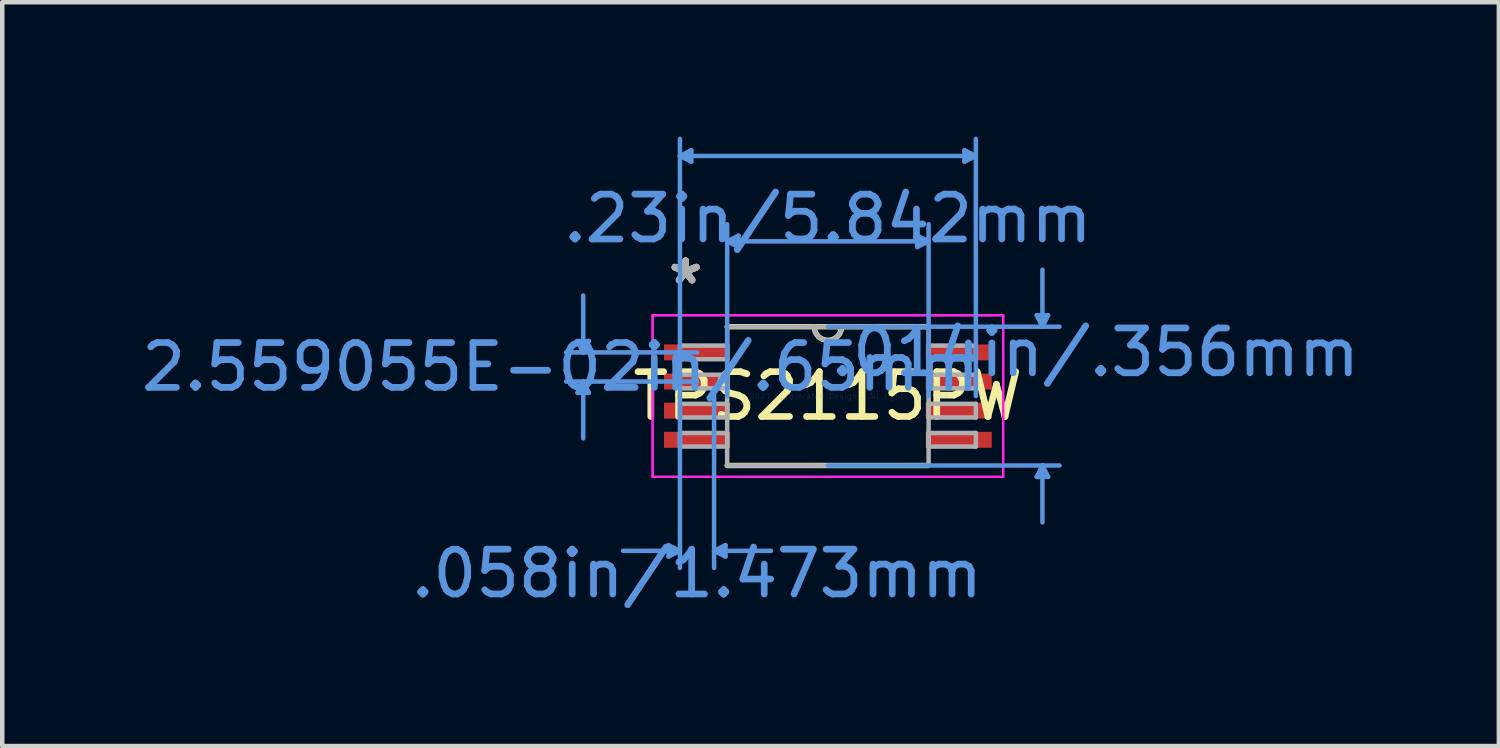
<source format=kicad_pcb>
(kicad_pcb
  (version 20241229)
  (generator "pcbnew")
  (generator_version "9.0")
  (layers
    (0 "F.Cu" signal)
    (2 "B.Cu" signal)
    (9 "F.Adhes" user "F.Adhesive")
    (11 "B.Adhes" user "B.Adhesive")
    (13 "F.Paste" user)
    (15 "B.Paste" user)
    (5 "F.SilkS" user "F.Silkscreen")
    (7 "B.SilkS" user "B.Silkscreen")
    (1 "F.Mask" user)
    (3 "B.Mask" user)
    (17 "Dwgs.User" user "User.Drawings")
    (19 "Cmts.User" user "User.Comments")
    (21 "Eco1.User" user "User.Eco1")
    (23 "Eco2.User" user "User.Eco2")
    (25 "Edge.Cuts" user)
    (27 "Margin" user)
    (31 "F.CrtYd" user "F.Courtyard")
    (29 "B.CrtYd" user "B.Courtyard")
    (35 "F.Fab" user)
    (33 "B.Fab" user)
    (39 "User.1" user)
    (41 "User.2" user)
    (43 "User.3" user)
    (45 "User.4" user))
  (footprint "TPS2115PW"
    (layer "F.Cu")
    (at 15.427 5.79)
    (property "Reference" "TPS2115PW" (at 0 0 0) (layer "F.SilkS") (effects (font (size 1 1) (thickness 0.15))))
    (attr through_hole)
    (fp_line (start -2.248 1.549) (end 2.248 1.549) (stroke (width 0.12) (type solid)) (layer "F.SilkS"))
    (fp_line (start 2.248 -1.549) (end -2.248 -1.549) (stroke (width 0.12) (type solid)) (layer "F.SilkS"))
    (fp_arc (start 0.3048 -1.5494) (mid 0 -1.2446) (end -0.3048 -1.5494) (stroke (width 0.12) (type solid)) (layer "F.SilkS"))
    (fp_line (start -5.588 -1.229) (end -5.334 -1.229) (stroke (width 0.1) (type solid)) (layer "Cmts.User"))
    (fp_line (start -5.588 -0.071) (end -5.334 -0.071) (stroke (width 0.1) (type solid)) (layer "Cmts.User"))
    (fp_line (start -5.461 -0.975) (end -5.588 -1.229) (stroke (width 0.1) (type solid)) (layer "Cmts.User"))
    (fp_line (start -5.461 -0.975) (end -5.461 -2.245) (stroke (width 0.1) (type solid)) (layer "Cmts.User"))
    (fp_line (start -5.461 -0.975) (end -5.334 -1.229) (stroke (width 0.1) (type solid)) (layer "Cmts.User"))
    (fp_line (start -5.461 -0.325) (end -5.588 -0.071) (stroke (width 0.1) (type solid)) (layer "Cmts.User"))
    (fp_line (start -5.461 -0.325) (end -5.461 0.945) (stroke (width 0.1) (type solid)) (layer "Cmts.User"))
    (fp_line (start -5.461 -0.325) (end -5.334 -0.071) (stroke (width 0.1) (type solid)) (layer "Cmts.User"))
    (fp_line (start -3.556 3.327) (end -3.556 3.581) (stroke (width 0.1) (type solid)) (layer "Cmts.User"))
    (fp_line (start -3.302 -5.359) (end -3.048 -5.486) (stroke (width 0.1) (type solid)) (layer "Cmts.User"))
    (fp_line (start -3.302 -5.359) (end -3.048 -5.232) (stroke (width 0.1) (type solid)) (layer "Cmts.User"))
    (fp_line (start -3.302 -5.359) (end 3.302 -5.359) (stroke (width 0.1) (type solid)) (layer "Cmts.User"))
    (fp_line (start -3.302 0) (end -3.302 -5.74) (stroke (width 0.1) (type solid)) (layer "Cmts.User"))
    (fp_line (start -3.302 0) (end -3.302 3.835) (stroke (width 0.1) (type solid)) (layer "Cmts.User"))
    (fp_line (start -3.302 3.454) (end -4.572 3.454) (stroke (width 0.1) (type solid)) (layer "Cmts.User"))
    (fp_line (start -3.302 3.454) (end -3.556 3.327) (stroke (width 0.1) (type solid)) (layer "Cmts.User"))
    (fp_line (start -3.302 3.454) (end -3.556 3.581) (stroke (width 0.1) (type solid)) (layer "Cmts.User"))
    (fp_line (start -3.048 -5.486) (end -3.048 -5.232) (stroke (width 0.1) (type solid)) (layer "Cmts.User"))
    (fp_line (start -2.921 -0.975) (end -5.842 -0.975) (stroke (width 0.1) (type solid)) (layer "Cmts.User"))
    (fp_line (start -2.921 -0.325) (end -5.842 -0.325) (stroke (width 0.1) (type solid)) (layer "Cmts.User"))
    (fp_line (start -2.54 0) (end -2.54 3.835) (stroke (width 0.1) (type solid)) (layer "Cmts.User"))
    (fp_line (start -2.54 3.454) (end -2.286 3.327) (stroke (width 0.1) (type solid)) (layer "Cmts.User"))
    (fp_line (start -2.54 3.454) (end -2.286 3.581) (stroke (width 0.1) (type solid)) (layer "Cmts.User"))
    (fp_line (start -2.54 3.454) (end -1.27 3.454) (stroke (width 0.1) (type solid)) (layer "Cmts.User"))
    (fp_line (start -2.286 3.327) (end -2.286 3.581) (stroke (width 0.1) (type solid)) (layer "Cmts.User"))
    (fp_line (start -2.248 -3.454) (end -1.994 -3.581) (stroke (width 0.1) (type solid)) (layer "Cmts.User"))
    (fp_line (start -2.248 -3.454) (end -1.994 -3.327) (stroke (width 0.1) (type solid)) (layer "Cmts.User"))
    (fp_line (start -2.248 -3.454) (end 2.248 -3.454) (stroke (width 0.1) (type solid)) (layer "Cmts.User"))
    (fp_line (start -2.248 0) (end -2.248 -3.835) (stroke (width 0.1) (type solid)) (layer "Cmts.User"))
    (fp_line (start -1.994 -3.581) (end -1.994 -3.327) (stroke (width 0.1) (type solid)) (layer "Cmts.User"))
    (fp_line (start 0 -1.549) (end 5.169 -1.549) (stroke (width 0.1) (type solid)) (layer "Cmts.User"))
    (fp_line (start 0 1.549) (end 5.169 1.549) (stroke (width 0.1) (type solid)) (layer "Cmts.User"))
    (fp_line (start 1.994 -3.581) (end 1.994 -3.327) (stroke (width 0.1) (type solid)) (layer "Cmts.User"))
    (fp_line (start 2.248 -3.454) (end 1.994 -3.581) (stroke (width 0.1) (type solid)) (layer "Cmts.User"))
    (fp_line (start 2.248 -3.454) (end 1.994 -3.327) (stroke (width 0.1) (type solid)) (layer "Cmts.User"))
    (fp_line (start 2.248 0) (end 2.248 -3.835) (stroke (width 0.1) (type solid)) (layer "Cmts.User"))
    (fp_line (start 3.048 -5.486) (end 3.048 -5.232) (stroke (width 0.1) (type solid)) (layer "Cmts.User"))
    (fp_line (start 3.302 -5.359) (end 3.048 -5.486) (stroke (width 0.1) (type solid)) (layer "Cmts.User"))
    (fp_line (start 3.302 -5.359) (end 3.048 -5.232) (stroke (width 0.1) (type solid)) (layer "Cmts.User"))
    (fp_line (start 3.302 0) (end 3.302 -5.74) (stroke (width 0.1) (type solid)) (layer "Cmts.User"))
    (fp_line (start 4.661 -1.803) (end 4.915 -1.803) (stroke (width 0.1) (type solid)) (layer "Cmts.User"))
    (fp_line (start 4.661 1.803) (end 4.915 1.803) (stroke (width 0.1) (type solid)) (layer "Cmts.User"))
    (fp_line (start 4.788 -1.549) (end 4.661 -1.803) (stroke (width 0.1) (type solid)) (layer "Cmts.User"))
    (fp_line (start 4.788 -1.549) (end 4.788 -2.819) (stroke (width 0.1) (type solid)) (layer "Cmts.User"))
    (fp_line (start 4.788 -1.549) (end 4.915 -1.803) (stroke (width 0.1) (type solid)) (layer "Cmts.User"))
    (fp_line (start 4.788 1.549) (end 4.661 1.803) (stroke (width 0.1) (type solid)) (layer "Cmts.User"))
    (fp_line (start 4.788 1.549) (end 4.788 2.819) (stroke (width 0.1) (type solid)) (layer "Cmts.User"))
    (fp_line (start 4.788 1.549) (end 4.915 1.803) (stroke (width 0.1) (type solid)) (layer "Cmts.User"))
    (fp_line (start -3.912 -1.803) (end 3.912 -1.803) (stroke (width 0.05) (type solid)) (layer "F.CrtYd"))
    (fp_line (start -3.912 -1.803) (end 3.912 -1.803) (stroke (width 0.05) (type solid)) (layer "F.CrtYd"))
    (fp_line (start -3.912 1.803) (end -3.912 -1.803) (stroke (width 0.05) (type solid)) (layer "F.CrtYd"))
    (fp_line (start -3.912 1.803) (end -3.912 -1.803) (stroke (width 0.05) (type solid)) (layer "F.CrtYd"))
    (fp_line (start 3.912 -1.803) (end 3.912 1.803) (stroke (width 0.05) (type solid)) (layer "F.CrtYd"))
    (fp_line (start 3.912 -1.803) (end 3.912 1.803) (stroke (width 0.05) (type solid)) (layer "F.CrtYd"))
    (fp_line (start 3.912 1.803) (end -3.912 1.803) (stroke (width 0.05) (type solid)) (layer "F.CrtYd"))
    (fp_line (start 3.912 1.803) (end -3.912 1.803) (stroke (width 0.05) (type solid)) (layer "F.CrtYd"))
    (fp_line (start -3.302 -1.127) (end -3.302 -0.823) (stroke (width 0.1) (type solid)) (layer "F.Fab"))
    (fp_line (start -3.302 -0.823) (end -2.248 -0.823) (stroke (width 0.1) (type solid)) (layer "F.Fab"))
    (fp_line (start -3.302 -0.477) (end -3.302 -0.173) (stroke (width 0.1) (type solid)) (layer "F.Fab"))
    (fp_line (start -3.302 -0.173) (end -2.248 -0.173) (stroke (width 0.1) (type solid)) (layer "F.Fab"))
    (fp_line (start -3.302 0.173) (end -3.302 0.477) (stroke (width 0.1) (type solid)) (layer "F.Fab"))
    (fp_line (start -3.302 0.477) (end -2.248 0.477) (stroke (width 0.1) (type solid)) (layer "F.Fab"))
    (fp_line (start -3.302 0.823) (end -3.302 1.127) (stroke (width 0.1) (type solid)) (layer "F.Fab"))
    (fp_line (start -3.302 1.127) (end -2.248 1.127) (stroke (width 0.1) (type solid)) (layer "F.Fab"))
    (fp_line (start -2.248 -1.549) (end -2.248 1.549) (stroke (width 0.1) (type solid)) (layer "F.Fab"))
    (fp_line (start -2.248 -1.127) (end -3.302 -1.127) (stroke (width 0.1) (type solid)) (layer "F.Fab"))
    (fp_line (start -2.248 -0.823) (end -2.248 -1.127) (stroke (width 0.1) (type solid)) (layer "F.Fab"))
    (fp_line (start -2.248 -0.477) (end -3.302 -0.477) (stroke (width 0.1) (type solid)) (layer "F.Fab"))
    (fp_line (start -2.248 -0.173) (end -2.248 -0.477) (stroke (width 0.1) (type solid)) (layer "F.Fab"))
    (fp_line (start -2.248 0.173) (end -3.302 0.173) (stroke (width 0.1) (type solid)) (layer "F.Fab"))
    (fp_line (start -2.248 0.477) (end -2.248 0.173) (stroke (width 0.1) (type solid)) (layer "F.Fab"))
    (fp_line (start -2.248 0.823) (end -3.302 0.823) (stroke (width 0.1) (type solid)) (layer "F.Fab"))
    (fp_line (start -2.248 1.127) (end -2.248 0.823) (stroke (width 0.1) (type solid)) (layer "F.Fab"))
    (fp_line (start -2.248 1.549) (end 2.248 1.549) (stroke (width 0.1) (type solid)) (layer "F.Fab"))
    (fp_line (start 2.248 -1.549) (end -2.248 -1.549) (stroke (width 0.1) (type solid)) (layer "F.Fab"))
    (fp_line (start 2.248 -1.127) (end 2.248 -0.823) (stroke (width 0.1) (type solid)) (layer "F.Fab"))
    (fp_line (start 2.248 -0.823) (end 3.302 -0.823) (stroke (width 0.1) (type solid)) (layer "F.Fab"))
    (fp_line (start 2.248 -0.477) (end 2.248 -0.173) (stroke (width 0.1) (type solid)) (layer "F.Fab"))
    (fp_line (start 2.248 -0.173) (end 3.302 -0.173) (stroke (width 0.1) (type solid)) (layer "F.Fab"))
    (fp_line (start 2.248 0.173) (end 2.248 0.477) (stroke (width 0.1) (type solid)) (layer "F.Fab"))
    (fp_line (start 2.248 0.477) (end 3.302 0.477) (stroke (width 0.1) (type solid)) (layer "F.Fab"))
    (fp_line (start 2.248 0.823) (end 2.248 1.127) (stroke (width 0.1) (type solid)) (layer "F.Fab"))
    (fp_line (start 2.248 1.127) (end 3.302 1.127) (stroke (width 0.1) (type solid)) (layer "F.Fab"))
    (fp_line (start 2.248 1.549) (end 2.248 -1.549) (stroke (width 0.1) (type solid)) (layer "F.Fab"))
    (fp_line (start 3.302 -1.127) (end 2.248 -1.127) (stroke (width 0.1) (type solid)) (layer "F.Fab"))
    (fp_line (start 3.302 -0.823) (end 3.302 -1.127) (stroke (width 0.1) (type solid)) (layer "F.Fab"))
    (fp_line (start 3.302 -0.477) (end 2.248 -0.477) (stroke (width 0.1) (type solid)) (layer "F.Fab"))
    (fp_line (start 3.302 -0.173) (end 3.302 -0.477) (stroke (width 0.1) (type solid)) (layer "F.Fab"))
    (fp_line (start 3.302 0.173) (end 2.248 0.173) (stroke (width 0.1) (type solid)) (layer "F.Fab"))
    (fp_line (start 3.302 0.477) (end 3.302 0.173) (stroke (width 0.1) (type solid)) (layer "F.Fab"))
    (fp_line (start 3.302 0.823) (end 2.248 0.823) (stroke (width 0.1) (type solid)) (layer "F.Fab"))
    (fp_line (start 3.302 1.127) (end 3.302 0.823) (stroke (width 0.1) (type solid)) (layer "F.Fab"))
    (fp_arc (start 0.3048 -1.5494) (mid 0 -1.2446) (end -0.3048 -1.5494) (stroke (width 0.1) (type solid)) (layer "F.Fab"))
    (fp_text user "*" (at -3.175 -2.474 0) (layer "F.SilkS") (effects (font (size 1 1) (thickness 0.15))))
    (fp_text user "*" (at -3.175 -2.474 0) (layer "F.SilkS") (effects (font (size 1 1) (thickness 0.15))))
    (fp_text user ".23in/5.842mm" (at 0 -3.962 0) (layer "Cmts.User") (effects (font (size 1 1) (thickness 0.15))))
    (fp_text user "2.559055E-02in/.65mm" (at -5.969 -0.65 0) (layer "Cmts.User") (effects (font (size 1 1) (thickness 0.15))))
    (fp_text user "Copyright 2021 Accelerated Designs. All rights reserved." (at 0 0 0) (layer "Cmts.User") (effects (font (size 0.127 0.127) (thickness 0.002))))
    (fp_text user ".058in/1.473mm" (at -2.921 3.962 0) (layer "Cmts.User") (effects (font (size 1 1) (thickness 0.15))))
    (fp_text user ".014in/.356mm" (at 5.969 -0.975 0) (layer "Cmts.User") (effects (font (size 1 1) (thickness 0.15))))
    (fp_text user "*" (at -3.175 -2.474 0) (layer "F.Fab") (effects (font (size 1 1) (thickness 0.15))))
    (fp_text user "*" (at -3.175 -2.474 0) (layer "F.Fab") (effects (font (size 1 1) (thickness 0.15))))
    (pad "1" smd rect (at -2.921 -0.975) (size 1.473 0.356) (layers "F.Cu" "F.Mask" "F.Paste"))
    (pad "2" smd rect (at -2.921 -0.325) (size 1.473 0.356) (layers "F.Cu" "F.Mask" "F.Paste"))
    (pad "3" smd rect (at -2.921 0.325) (size 1.473 0.356) (layers "F.Cu" "F.Mask" "F.Paste"))
    (pad "4" smd rect (at -2.921 0.975) (size 1.473 0.356) (layers "F.Cu" "F.Mask" "F.Paste"))
    (pad "5" smd rect (at 2.921 0.975) (size 1.473 0.356) (layers "F.Cu" "F.Mask" "F.Paste"))
    (pad "6" smd rect (at 2.921 0.325) (size 1.473 0.356) (layers "F.Cu" "F.Mask" "F.Paste"))
    (pad "7" smd rect (at 2.921 -0.325) (size 1.473 0.356) (layers "F.Cu" "F.Mask" "F.Paste"))
    (pad "8" smd rect (at 2.921 -0.975) (size 1.473 0.356) (layers "F.Cu" "F.Mask" "F.Paste")))
  (gr_rect
    (start -3 -3)
    (end 30.402 13.601)
    (stroke (width 0.1) (type default))
    (fill no)
    (layer "Edge.Cuts")))
</source>
